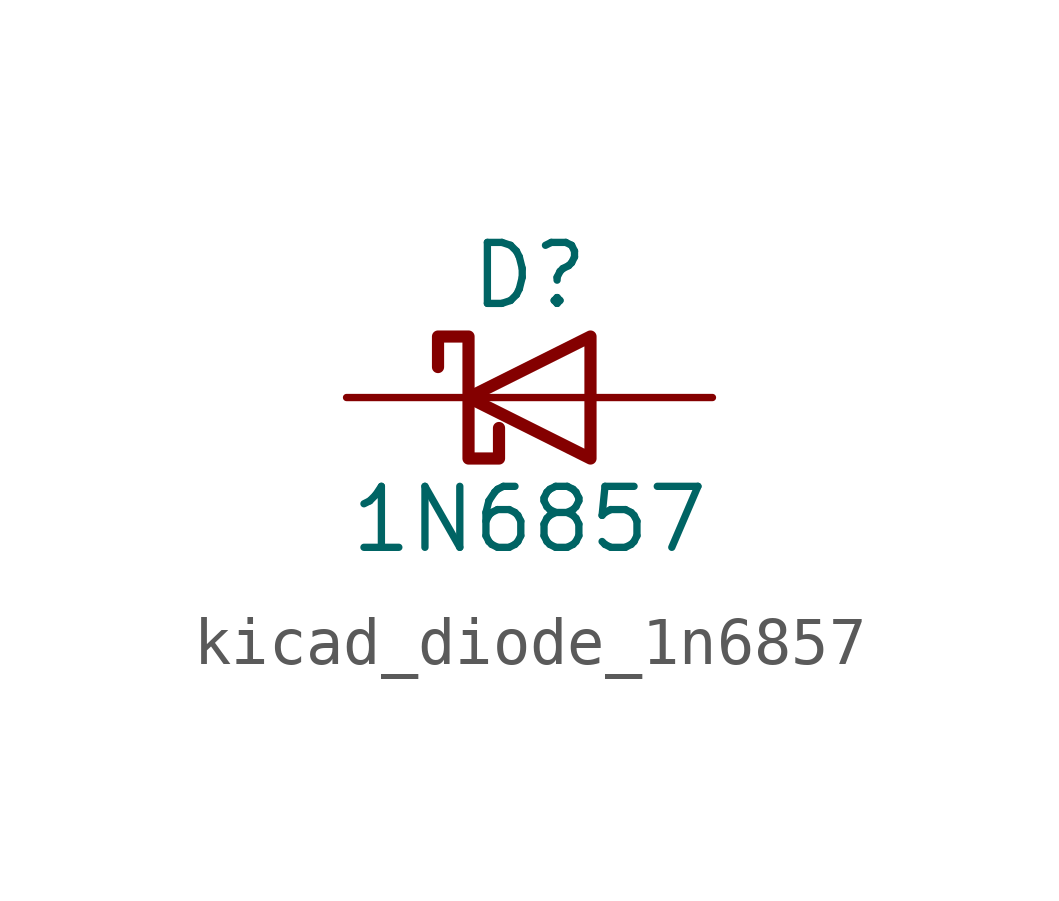
<source format=kicad_sym>
(kicad_symbol_lib
  (version 20220914)
  (generator kicad_symbol_editor)
  (symbol "kicad_diode_1n6857"
    (pin_numbers hide)
    (pin_names
      (offset 1.016) hide)
    (property "Reference" "D"
      (at 0 2.54 0)
      (effects (font (size 1.27 1.27))))
    (property "Value" "1N6857"
      (at 0 -2.54 0)
      (effects (font (size 1.27 1.27))))
    (symbol "kicad_diode_1n6857_0_1"
      (polyline (pts (xy 1.27 0) (xy -1.27 0)) (stroke (width 0) (type default)) (fill (type none)))
      (polyline (pts (xy 1.27 1.27) (xy 1.27 -1.27) (xy -1.27 0) (xy 1.27 1.27)) (stroke (width 0.254) (type default)) (fill (type none)))
      (polyline (pts (xy -1.905 0.635) (xy -1.905 1.27) (xy -1.27 1.27) (xy -1.27 -1.27) (xy -0.635 -1.27) (xy -0.635 -0.635)) (stroke (width 0.254) (type default)) (fill (type none))))
    (symbol "kicad_diode_1n6857_1_1"
      (pin passive line (at -3.81 0 0) (length 2.54) (name "K" (effects (font (size 1.27 1.27)))) (number "1" (effects (font (size 1.27 1.27)))))
      (pin passive line (at 3.81 0 180) (length 2.54) (name "A" (effects (font (size 1.27 1.27)))) (number "2" (effects (font (size 1.27 1.27))))))))
</source>
